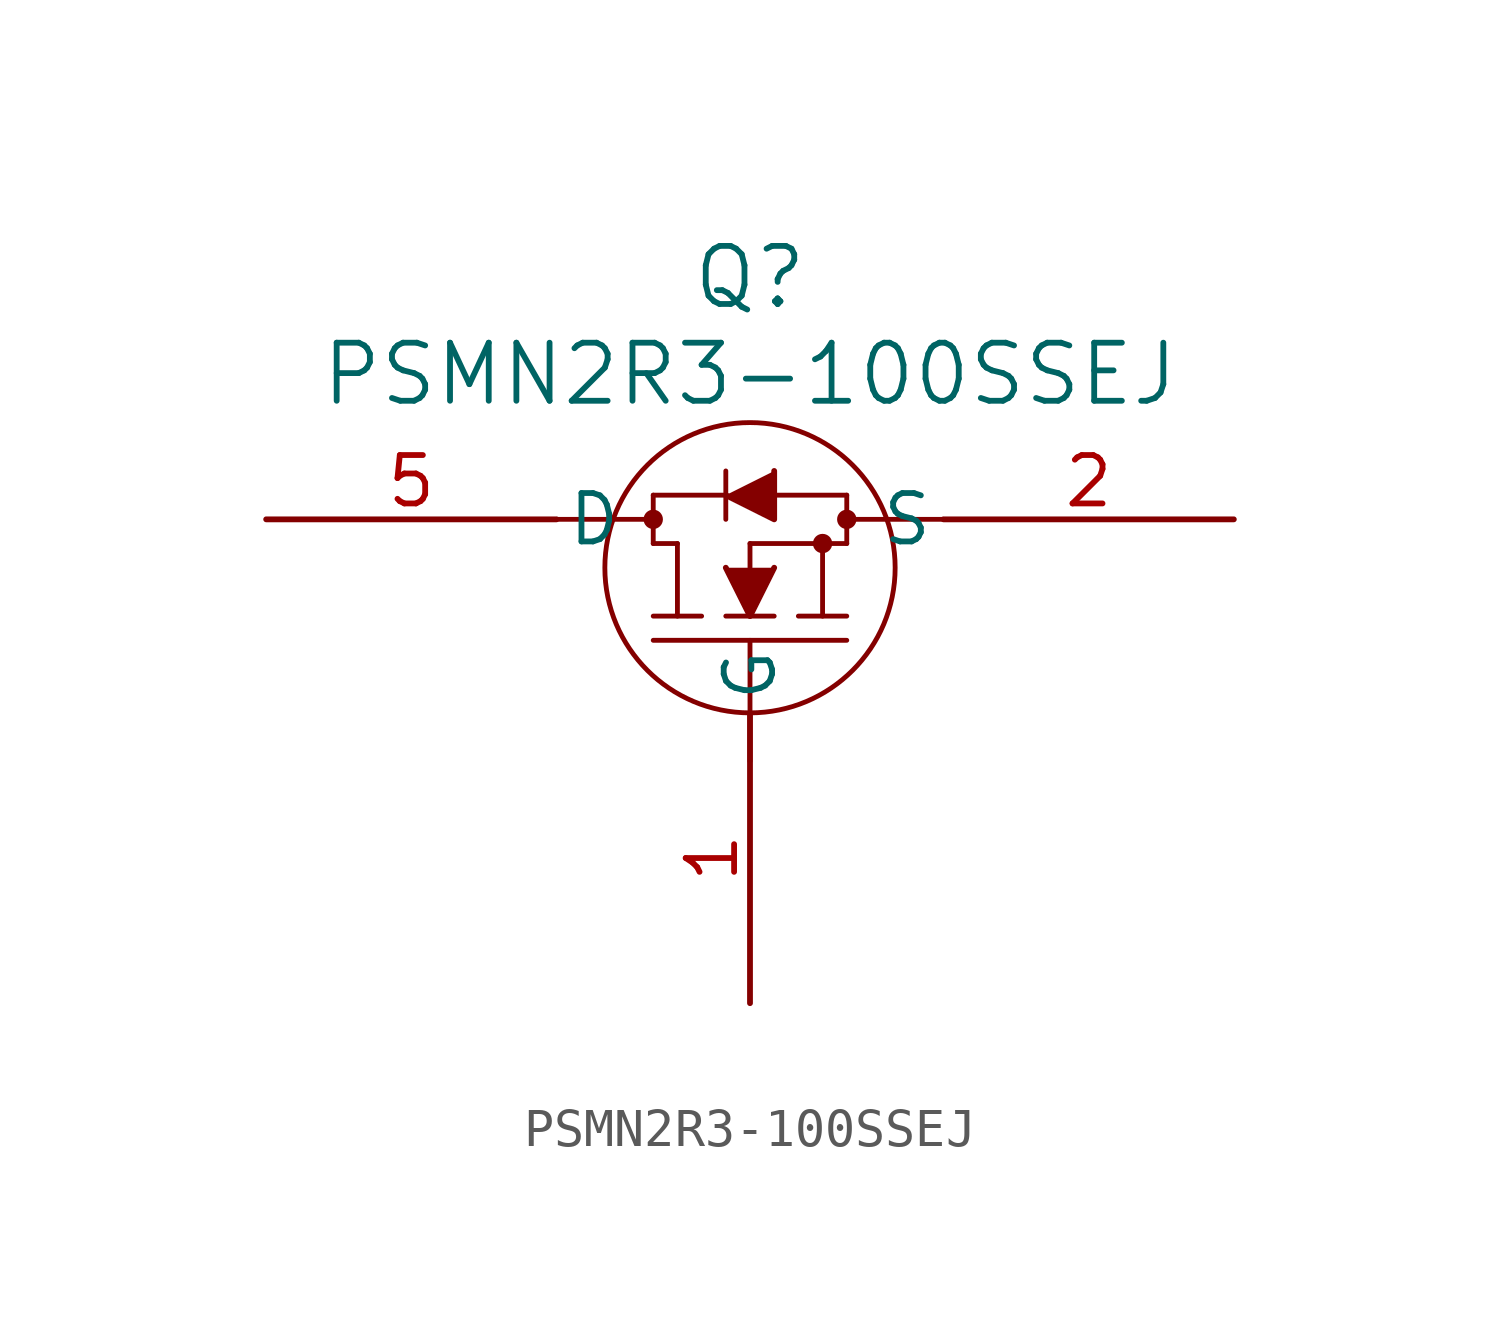
<source format=kicad_sym>
(kicad_symbol_lib
  (version 20231120)
  (generator "kicad_symbol_editor")
  (generator_version "8.0")
  (symbol "PSMN2R3-100SSEJ"
    (pin_names
      (offset 0.254))
    (property "Reference" "Q"
      (at 0 6.35 0)
      (effects (font (size 1.524 1.524))))
    (property "Value" "PSMN2R3-100SSEJ"
      (at 0 3.81 0)
      (effects (font (size 1.524 1.524))))
    (symbol "PSMN2R3-100SSEJ_0_1"
      (circle (center -2.54 0) (radius 0.127) (stroke (width 0.254) (type default)) (fill (type none)))
      (circle (center 0 -1.27) (radius 3.81) (stroke (width 0.127) (type default)) (fill (type none)))
      (polyline (pts (xy -5.08 0) (xy -2.54 0)) (stroke (width 0.127) (type default)) (fill (type none)))
      (polyline (pts (xy -2.54 -0.635) (xy -2.54 0.635)) (stroke (width 0.127) (type default)) (fill (type none)))
      (polyline (pts (xy -1.905 -2.54) (xy -1.905 -0.635)) (stroke (width 0.127) (type default)) (fill (type none)))
      (polyline (pts (xy -1.905 -0.635) (xy -2.54 -0.635)) (stroke (width 0.127) (type default)) (fill (type none)))
      (polyline (pts (xy -1.27 -2.54) (xy -2.54 -2.54)) (stroke (width 0.127) (type default)) (fill (type none)))
      (polyline (pts (xy -0.635 0.635) (xy -2.54 0.635)) (stroke (width 0.127) (type default)) (fill (type none)))
      (polyline (pts (xy -0.635 1.27) (xy -0.635 0)) (stroke (width 0.127) (type default)) (fill (type none)))
      (polyline (pts (xy 0 -6.35) (xy 0 -3.175)) (stroke (width 0.127) (type default)) (fill (type none)))
      (polyline (pts (xy 0 -1.27) (xy 0 -0.635)) (stroke (width 0.127) (type default)) (fill (type none)))
      (polyline (pts (xy 0.635 -2.54) (xy -0.635 -2.54)) (stroke (width 0.127) (type default)) (fill (type none)))
      (polyline (pts (xy 1.905 -2.54) (xy 1.905 -0.635)) (stroke (width 0.127) (type default)) (fill (type none)))
      (polyline (pts (xy 2.54 -3.175) (xy -2.54 -3.175)) (stroke (width 0.127) (type default)) (fill (type none)))
      (polyline (pts (xy 2.54 -2.54) (xy 1.27 -2.54)) (stroke (width 0.127) (type default)) (fill (type none)))
      (polyline (pts (xy 2.54 -0.635) (xy 0 -0.635)) (stroke (width 0.127) (type default)) (fill (type none)))
      (polyline (pts (xy 2.54 -0.635) (xy 2.54 0.635)) (stroke (width 0.127) (type default)) (fill (type none)))
      (polyline (pts (xy 2.54 0.635) (xy 0.635 0.635)) (stroke (width 0.127) (type default)) (fill (type none)))
      (polyline (pts (xy 5.08 0) (xy 2.54 0)) (stroke (width 0.127) (type default)) (fill (type none)))
      (polyline (pts (xy -0.635 -1.27) (xy 0 -2.54) (xy 0.635 -1.27)) (stroke (width 0) (type default)) (fill (type outline)))
      (polyline (pts (xy 0.635 1.27) (xy 0.635 0) (xy -0.635 0.635)) (stroke (width 0) (type default)) (fill (type outline)))
      (circle (center 1.905 -0.635) (radius 0.127) (stroke (width 0.254) (type default)) (fill (type none)))
      (circle (center 2.54 0) (radius 0.127) (stroke (width 0.254) (type default)) (fill (type none))))
    (symbol "PSMN2R3-100SSEJ_1_1"
      (pin passive line (at 0 -12.7 90) (length 7.62) (name "G" (effects (font (size 1.27 1.27)))) (number "1" (effects (font (size 1.27 1.27)))))
      (pin passive line (at 12.7 0 180) (length 7.62) (name "S" (effects (font (size 1.27 1.27)))) (number "2" (effects (font (size 1.27 1.27)))))
      (pin passive line (at 12.7 0 180) (length 7.62) hide (name "S" (effects (font (size 1.27 1.27)))) (number "3" (effects (font (size 1.27 1.27)))))
      (pin passive line (at 12.7 0 180) (length 7.62) hide (name "S" (effects (font (size 1.27 1.27)))) (number "4" (effects (font (size 1.27 1.27)))))
      (pin passive line (at -12.7 0 0) (length 7.62) (name "D" (effects (font (size 1.27 1.27)))) (number "5" (effects (font (size 1.27 1.27))))))))
</source>
